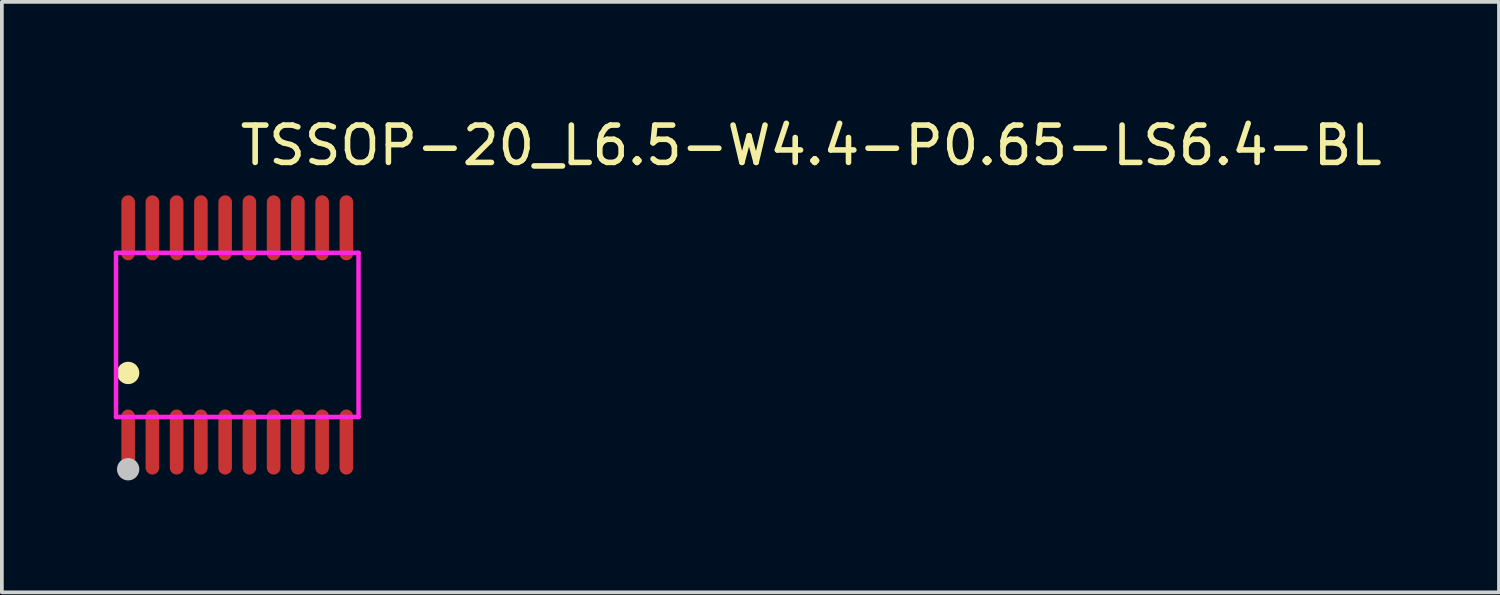
<source format=kicad_pcb>
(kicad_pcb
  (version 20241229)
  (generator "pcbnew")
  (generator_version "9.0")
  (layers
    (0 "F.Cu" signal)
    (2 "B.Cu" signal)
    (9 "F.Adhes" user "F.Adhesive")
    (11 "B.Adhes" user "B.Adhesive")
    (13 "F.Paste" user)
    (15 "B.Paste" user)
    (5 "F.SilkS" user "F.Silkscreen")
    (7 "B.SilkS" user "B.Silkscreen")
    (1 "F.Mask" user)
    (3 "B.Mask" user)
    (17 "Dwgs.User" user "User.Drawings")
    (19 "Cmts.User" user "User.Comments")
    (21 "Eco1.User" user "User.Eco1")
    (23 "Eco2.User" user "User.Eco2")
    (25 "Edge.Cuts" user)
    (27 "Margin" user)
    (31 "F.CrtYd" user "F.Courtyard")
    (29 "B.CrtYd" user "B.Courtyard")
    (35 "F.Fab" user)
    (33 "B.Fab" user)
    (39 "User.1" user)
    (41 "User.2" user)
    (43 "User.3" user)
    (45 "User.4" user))
  (footprint "TSSOP-20_L6.5-W4.4-P0.65-LS6.4-BL"
    (layer "F.Cu")
    (at 3.31 5.928)
    (property "Reference" "TSSOP-20_L6.5-W4.4-P0.65-LS6.4-BL" (at 0 -5.08 0) (layer "F.SilkS") (effects (font (size 1 1) (thickness 0.15)) (justify left)))
    (attr through_hole)
    (fp_circle (center -2.925 1.019) (end -2.775 1.019) (stroke (width 0.3) (type solid)) (fill no) (layer "F.SilkS"))
    (fp_circle (center -2.925 3.6) (end -2.775 3.6) (stroke (width 0.3) (type solid)) (fill no) (layer "Dwgs.User"))
    (fp_line (start -3.055 -2.61) (end -3.055 -2.19) (stroke (width 0.12) (type solid)) (layer "Eco2.User"))
    (fp_line (start -3.055 -2.19) (end -2.795 -2.19) (stroke (width 0.12) (type solid)) (layer "Eco2.User"))
    (fp_line (start -3.055 2.19) (end -2.795 2.19) (stroke (width 0.12) (type solid)) (layer "Eco2.User"))
    (fp_line (start -3.055 2.61) (end -3.055 2.19) (stroke (width 0.12) (type solid)) (layer "Eco2.User"))
    (fp_line (start -2.795 -2.61) (end -3.055 -2.61) (stroke (width 0.12) (type solid)) (layer "Eco2.User"))
    (fp_line (start -2.795 -2.19) (end -2.795 -2.61) (stroke (width 0.12) (type solid)) (layer "Eco2.User"))
    (fp_line (start -2.795 2.19) (end -2.795 2.61) (stroke (width 0.12) (type solid)) (layer "Eco2.User"))
    (fp_line (start -2.795 2.61) (end -3.055 2.61) (stroke (width 0.12) (type solid)) (layer "Eco2.User"))
    (fp_line (start -2.405 -2.61) (end -2.405 -2.19) (stroke (width 0.12) (type solid)) (layer "Eco2.User"))
    (fp_line (start -2.405 -2.19) (end -2.145 -2.19) (stroke (width 0.12) (type solid)) (layer "Eco2.User"))
    (fp_line (start -2.405 2.19) (end -2.145 2.19) (stroke (width 0.12) (type solid)) (layer "Eco2.User"))
    (fp_line (start -2.405 2.61) (end -2.405 2.19) (stroke (width 0.12) (type solid)) (layer "Eco2.User"))
    (fp_line (start -2.145 -2.61) (end -2.405 -2.61) (stroke (width 0.12) (type solid)) (layer "Eco2.User"))
    (fp_line (start -2.145 -2.19) (end -2.145 -2.61) (stroke (width 0.12) (type solid)) (layer "Eco2.User"))
    (fp_line (start -2.145 2.19) (end -2.145 2.61) (stroke (width 0.12) (type solid)) (layer "Eco2.User"))
    (fp_line (start -2.145 2.61) (end -2.405 2.61) (stroke (width 0.12) (type solid)) (layer "Eco2.User"))
    (fp_line (start -1.755 -2.61) (end -1.755 -2.19) (stroke (width 0.12) (type solid)) (layer "Eco2.User"))
    (fp_line (start -1.755 -2.19) (end -1.495 -2.19) (stroke (width 0.12) (type solid)) (layer "Eco2.User"))
    (fp_line (start -1.755 2.19) (end -1.495 2.19) (stroke (width 0.12) (type solid)) (layer "Eco2.User"))
    (fp_line (start -1.755 2.61) (end -1.755 2.19) (stroke (width 0.12) (type solid)) (layer "Eco2.User"))
    (fp_line (start -1.495 -2.61) (end -1.755 -2.61) (stroke (width 0.12) (type solid)) (layer "Eco2.User"))
    (fp_line (start -1.495 -2.19) (end -1.495 -2.61) (stroke (width 0.12) (type solid)) (layer "Eco2.User"))
    (fp_line (start -1.495 2.19) (end -1.495 2.61) (stroke (width 0.12) (type solid)) (layer "Eco2.User"))
    (fp_line (start -1.495 2.61) (end -1.755 2.61) (stroke (width 0.12) (type solid)) (layer "Eco2.User"))
    (fp_line (start -1.105 -2.61) (end -1.105 -2.19) (stroke (width 0.12) (type solid)) (layer "Eco2.User"))
    (fp_line (start -1.105 -2.19) (end -0.845 -2.19) (stroke (width 0.12) (type solid)) (layer "Eco2.User"))
    (fp_line (start -1.105 2.19) (end -0.845 2.19) (stroke (width 0.12) (type solid)) (layer "Eco2.User"))
    (fp_line (start -1.105 2.61) (end -1.105 2.19) (stroke (width 0.12) (type solid)) (layer "Eco2.User"))
    (fp_line (start -0.845 -2.61) (end -1.105 -2.61) (stroke (width 0.12) (type solid)) (layer "Eco2.User"))
    (fp_line (start -0.845 -2.19) (end -0.845 -2.61) (stroke (width 0.12) (type solid)) (layer "Eco2.User"))
    (fp_line (start -0.845 2.19) (end -0.845 2.61) (stroke (width 0.12) (type solid)) (layer "Eco2.User"))
    (fp_line (start -0.845 2.61) (end -1.105 2.61) (stroke (width 0.12) (type solid)) (layer "Eco2.User"))
    (fp_line (start -0.455 -2.61) (end -0.455 -2.19) (stroke (width 0.12) (type solid)) (layer "Eco2.User"))
    (fp_line (start -0.455 -2.19) (end -0.195 -2.19) (stroke (width 0.12) (type solid)) (layer "Eco2.User"))
    (fp_line (start -0.455 2.19) (end -0.195 2.19) (stroke (width 0.12) (type solid)) (layer "Eco2.User"))
    (fp_line (start -0.455 2.61) (end -0.455 2.19) (stroke (width 0.12) (type solid)) (layer "Eco2.User"))
    (fp_line (start -0.195 -2.61) (end -0.455 -2.61) (stroke (width 0.12) (type solid)) (layer "Eco2.User"))
    (fp_line (start -0.195 -2.19) (end -0.195 -2.61) (stroke (width 0.12) (type solid)) (layer "Eco2.User"))
    (fp_line (start -0.195 2.19) (end -0.195 2.61) (stroke (width 0.12) (type solid)) (layer "Eco2.User"))
    (fp_line (start -0.195 2.61) (end -0.455 2.61) (stroke (width 0.12) (type solid)) (layer "Eco2.User"))
    (fp_line (start 0.195 -2.61) (end 0.195 -2.19) (stroke (width 0.12) (type solid)) (layer "Eco2.User"))
    (fp_line (start 0.195 -2.19) (end 0.455 -2.19) (stroke (width 0.12) (type solid)) (layer "Eco2.User"))
    (fp_line (start 0.195 2.19) (end 0.455 2.19) (stroke (width 0.12) (type solid)) (layer "Eco2.User"))
    (fp_line (start 0.195 2.61) (end 0.195 2.19) (stroke (width 0.12) (type solid)) (layer "Eco2.User"))
    (fp_line (start 0.455 -2.61) (end 0.195 -2.61) (stroke (width 0.12) (type solid)) (layer "Eco2.User"))
    (fp_line (start 0.455 -2.19) (end 0.455 -2.61) (stroke (width 0.12) (type solid)) (layer "Eco2.User"))
    (fp_line (start 0.455 2.19) (end 0.455 2.61) (stroke (width 0.12) (type solid)) (layer "Eco2.User"))
    (fp_line (start 0.455 2.61) (end 0.195 2.61) (stroke (width 0.12) (type solid)) (layer "Eco2.User"))
    (fp_line (start 0.845 -2.61) (end 0.845 -2.19) (stroke (width 0.12) (type solid)) (layer "Eco2.User"))
    (fp_line (start 0.845 -2.19) (end 1.105 -2.19) (stroke (width 0.12) (type solid)) (layer "Eco2.User"))
    (fp_line (start 0.845 2.19) (end 1.105 2.19) (stroke (width 0.12) (type solid)) (layer "Eco2.User"))
    (fp_line (start 0.845 2.61) (end 0.845 2.19) (stroke (width 0.12) (type solid)) (layer "Eco2.User"))
    (fp_line (start 1.105 -2.61) (end 0.845 -2.61) (stroke (width 0.12) (type solid)) (layer "Eco2.User"))
    (fp_line (start 1.105 -2.19) (end 1.105 -2.61) (stroke (width 0.12) (type solid)) (layer "Eco2.User"))
    (fp_line (start 1.105 2.19) (end 1.105 2.61) (stroke (width 0.12) (type solid)) (layer "Eco2.User"))
    (fp_line (start 1.105 2.61) (end 0.845 2.61) (stroke (width 0.12) (type solid)) (layer "Eco2.User"))
    (fp_line (start 1.495 -2.61) (end 1.495 -2.19) (stroke (width 0.12) (type solid)) (layer "Eco2.User"))
    (fp_line (start 1.495 -2.19) (end 1.755 -2.19) (stroke (width 0.12) (type solid)) (layer "Eco2.User"))
    (fp_line (start 1.495 2.19) (end 1.755 2.19) (stroke (width 0.12) (type solid)) (layer "Eco2.User"))
    (fp_line (start 1.495 2.61) (end 1.495 2.19) (stroke (width 0.12) (type solid)) (layer "Eco2.User"))
    (fp_line (start 1.755 -2.61) (end 1.495 -2.61) (stroke (width 0.12) (type solid)) (layer "Eco2.User"))
    (fp_line (start 1.755 -2.19) (end 1.755 -2.61) (stroke (width 0.12) (type solid)) (layer "Eco2.User"))
    (fp_line (start 1.755 2.19) (end 1.755 2.61) (stroke (width 0.12) (type solid)) (layer "Eco2.User"))
    (fp_line (start 1.755 2.61) (end 1.495 2.61) (stroke (width 0.12) (type solid)) (layer "Eco2.User"))
    (fp_line (start 2.145 -2.61) (end 2.145 -2.19) (stroke (width 0.12) (type solid)) (layer "Eco2.User"))
    (fp_line (start 2.145 -2.19) (end 2.405 -2.19) (stroke (width 0.12) (type solid)) (layer "Eco2.User"))
    (fp_line (start 2.145 2.19) (end 2.405 2.19) (stroke (width 0.12) (type solid)) (layer "Eco2.User"))
    (fp_line (start 2.145 2.61) (end 2.145 2.19) (stroke (width 0.12) (type solid)) (layer "Eco2.User"))
    (fp_line (start 2.405 -2.61) (end 2.145 -2.61) (stroke (width 0.12) (type solid)) (layer "Eco2.User"))
    (fp_line (start 2.405 -2.19) (end 2.405 -2.61) (stroke (width 0.12) (type solid)) (layer "Eco2.User"))
    (fp_line (start 2.405 2.19) (end 2.405 2.61) (stroke (width 0.12) (type solid)) (layer "Eco2.User"))
    (fp_line (start 2.405 2.61) (end 2.145 2.61) (stroke (width 0.12) (type solid)) (layer "Eco2.User"))
    (fp_line (start 2.795 -2.61) (end 2.795 -2.19) (stroke (width 0.12) (type solid)) (layer "Eco2.User"))
    (fp_line (start 2.795 -2.19) (end 3.055 -2.19) (stroke (width 0.12) (type solid)) (layer "Eco2.User"))
    (fp_line (start 2.795 2.19) (end 3.055 2.19) (stroke (width 0.12) (type solid)) (layer "Eco2.User"))
    (fp_line (start 2.795 2.61) (end 2.795 2.19) (stroke (width 0.12) (type solid)) (layer "Eco2.User"))
    (fp_line (start 3.055 -2.61) (end 2.795 -2.61) (stroke (width 0.12) (type solid)) (layer "Eco2.User"))
    (fp_line (start 3.055 -2.19) (end 3.055 -2.61) (stroke (width 0.12) (type solid)) (layer "Eco2.User"))
    (fp_line (start 3.055 2.19) (end 3.055 2.61) (stroke (width 0.12) (type solid)) (layer "Eco2.User"))
    (fp_line (start 3.055 2.61) (end 2.795 2.61) (stroke (width 0.12) (type solid)) (layer "Eco2.User"))
    (fp_circle (center -3.25 3.2) (end -3.22 3.2) (stroke (width 0.06) (type solid)) (fill no) (layer "Eco2.User"))
    (fp_poly (pts (xy -3.055 -3.2) (xy -3.055 -2.6) (xy -2.795 -2.6) (xy -2.795 -3.2)) (stroke (width 0.12) (type solid)) (fill no) (layer "Eco2.User"))
    (fp_poly (pts (xy -3.055 3.2) (xy -3.055 2.6) (xy -2.795 2.6) (xy -2.795 3.2)) (stroke (width 0.12) (type solid)) (fill no) (layer "Eco2.User"))
    (fp_poly (pts (xy -2.405 -3.2) (xy -2.405 -2.6) (xy -2.145 -2.6) (xy -2.145 -3.2)) (stroke (width 0.12) (type solid)) (fill no) (layer "Eco2.User"))
    (fp_poly (pts (xy -2.405 3.2) (xy -2.405 2.6) (xy -2.145 2.6) (xy -2.145 3.2)) (stroke (width 0.12) (type solid)) (fill no) (layer "Eco2.User"))
    (fp_poly (pts (xy -1.755 -3.2) (xy -1.755 -2.6) (xy -1.495 -2.6) (xy -1.495 -3.2)) (stroke (width 0.12) (type solid)) (fill no) (layer "Eco2.User"))
    (fp_poly (pts (xy -1.755 3.2) (xy -1.755 2.6) (xy -1.495 2.6) (xy -1.495 3.2)) (stroke (width 0.12) (type solid)) (fill no) (layer "Eco2.User"))
    (fp_poly (pts (xy -1.105 -3.2) (xy -1.105 -2.6) (xy -0.845 -2.6) (xy -0.845 -3.2)) (stroke (width 0.12) (type solid)) (fill no) (layer "Eco2.User"))
    (fp_poly (pts (xy -1.105 3.2) (xy -1.105 2.6) (xy -0.845 2.6) (xy -0.845 3.2)) (stroke (width 0.12) (type solid)) (fill no) (layer "Eco2.User"))
    (fp_poly (pts (xy -0.455 -3.2) (xy -0.455 -2.6) (xy -0.195 -2.6) (xy -0.195 -3.2)) (stroke (width 0.12) (type solid)) (fill no) (layer "Eco2.User"))
    (fp_poly (pts (xy -0.455 3.2) (xy -0.455 2.6) (xy -0.195 2.6) (xy -0.195 3.2)) (stroke (width 0.12) (type solid)) (fill no) (layer "Eco2.User"))
    (fp_poly (pts (xy 0.195 -3.2) (xy 0.195 -2.6) (xy 0.455 -2.6) (xy 0.455 -3.2)) (stroke (width 0.12) (type solid)) (fill no) (layer "Eco2.User"))
    (fp_poly (pts (xy 0.195 3.2) (xy 0.195 2.6) (xy 0.455 2.6) (xy 0.455 3.2)) (stroke (width 0.12) (type solid)) (fill no) (layer "Eco2.User"))
    (fp_poly (pts (xy 0.845 -3.2) (xy 0.845 -2.6) (xy 1.105 -2.6) (xy 1.105 -3.2)) (stroke (width 0.12) (type solid)) (fill no) (layer "Eco2.User"))
    (fp_poly (pts (xy 0.845 3.2) (xy 0.845 2.6) (xy 1.105 2.6) (xy 1.105 3.2)) (stroke (width 0.12) (type solid)) (fill no) (layer "Eco2.User"))
    (fp_poly (pts (xy 1.495 -3.2) (xy 1.495 -2.6) (xy 1.755 -2.6) (xy 1.755 -3.2)) (stroke (width 0.12) (type solid)) (fill no) (layer "Eco2.User"))
    (fp_poly (pts (xy 1.495 3.2) (xy 1.495 2.6) (xy 1.755 2.6) (xy 1.755 3.2)) (stroke (width 0.12) (type solid)) (fill no) (layer "Eco2.User"))
    (fp_poly (pts (xy 2.145 -3.2) (xy 2.145 -2.6) (xy 2.405 -2.6) (xy 2.405 -3.2)) (stroke (width 0.12) (type solid)) (fill no) (layer "Eco2.User"))
    (fp_poly (pts (xy 2.145 3.2) (xy 2.145 2.6) (xy 2.405 2.6) (xy 2.405 3.2)) (stroke (width 0.12) (type solid)) (fill no) (layer "Eco2.User"))
    (fp_poly (pts (xy 2.795 -3.2) (xy 2.795 -2.6) (xy 3.055 -2.6) (xy 3.055 -3.2)) (stroke (width 0.12) (type solid)) (fill no) (layer "Eco2.User"))
    (fp_poly (pts (xy 2.795 3.2) (xy 2.795 2.6) (xy 3.055 2.6) (xy 3.055 3.2)) (stroke (width 0.12) (type solid)) (fill no) (layer "Eco2.User"))
    (fp_line (start -3.25 -2.2) (end 3.25 -2.2) (stroke (width 0.12) (type solid)) (layer "F.CrtYd"))
    (fp_line (start -3.25 2.2) (end -3.25 -2.2) (stroke (width 0.12) (type solid)) (layer "F.CrtYd"))
    (fp_line (start 3.25 -2.2) (end 3.25 2.2) (stroke (width 0.12) (type solid)) (layer "F.CrtYd"))
    (fp_line (start 3.25 2.2) (end -3.25 2.2) (stroke (width 0.12) (type solid)) (layer "F.CrtYd"))
    (pad "1" smd oval (at -2.925 2.871) (size 0.364 1.742) (layers "F.Cu" "F.Mask" "F.Paste"))
    (pad "2" smd oval (at -2.275 2.871) (size 0.364 1.742) (layers "F.Cu" "F.Mask" "F.Paste"))
    (pad "3" smd oval (at -1.625 2.871) (size 0.364 1.742) (layers "F.Cu" "F.Mask" "F.Paste"))
    (pad "4" smd oval (at -0.975 2.871) (size 0.364 1.742) (layers "F.Cu" "F.Mask" "F.Paste"))
    (pad "5" smd oval (at -0.325 2.871) (size 0.364 1.742) (layers "F.Cu" "F.Mask" "F.Paste"))
    (pad "6" smd oval (at 0.325 2.871) (size 0.364 1.742) (layers "F.Cu" "F.Mask" "F.Paste"))
    (pad "7" smd oval (at 0.975 2.871) (size 0.364 1.742) (layers "F.Cu" "F.Mask" "F.Paste"))
    (pad "8" smd oval (at 1.625 2.871) (size 0.364 1.742) (layers "F.Cu" "F.Mask" "F.Paste"))
    (pad "9" smd oval (at 2.275 2.871) (size 0.364 1.742) (layers "F.Cu" "F.Mask" "F.Paste"))
    (pad "10" smd oval (at 2.925 2.871) (size 0.364 1.742) (layers "F.Cu" "F.Mask" "F.Paste"))
    (pad "11" smd oval (at 2.925 -2.871) (size 0.364 1.742) (layers "F.Cu" "F.Mask" "F.Paste"))
    (pad "12" smd oval (at 2.275 -2.871) (size 0.364 1.742) (layers "F.Cu" "F.Mask" "F.Paste"))
    (pad "13" smd oval (at 1.625 -2.871) (size 0.364 1.742) (layers "F.Cu" "F.Mask" "F.Paste"))
    (pad "14" smd oval (at 0.975 -2.871) (size 0.364 1.742) (layers "F.Cu" "F.Mask" "F.Paste"))
    (pad "15" smd oval (at 0.325 -2.871) (size 0.364 1.742) (layers "F.Cu" "F.Mask" "F.Paste"))
    (pad "16" smd oval (at -0.325 -2.871) (size 0.364 1.742) (layers "F.Cu" "F.Mask" "F.Paste"))
    (pad "17" smd oval (at -0.975 -2.871) (size 0.364 1.742) (layers "F.Cu" "F.Mask" "F.Paste"))
    (pad "18" smd oval (at -1.625 -2.871) (size 0.364 1.742) (layers "F.Cu" "F.Mask" "F.Paste"))
    (pad "19" smd oval (at -2.275 -2.871) (size 0.364 1.742) (layers "F.Cu" "F.Mask" "F.Paste"))
    (pad "20" smd oval (at -2.925 -2.871) (size 0.364 1.742) (layers "F.Cu" "F.Mask" "F.Paste")))
  (gr_rect
    (start -3 -3)
    (end 37.131 12.828)
    (stroke (width 0.1) (type default))
    (fill no)
    (layer "Edge.Cuts")))
</source>
